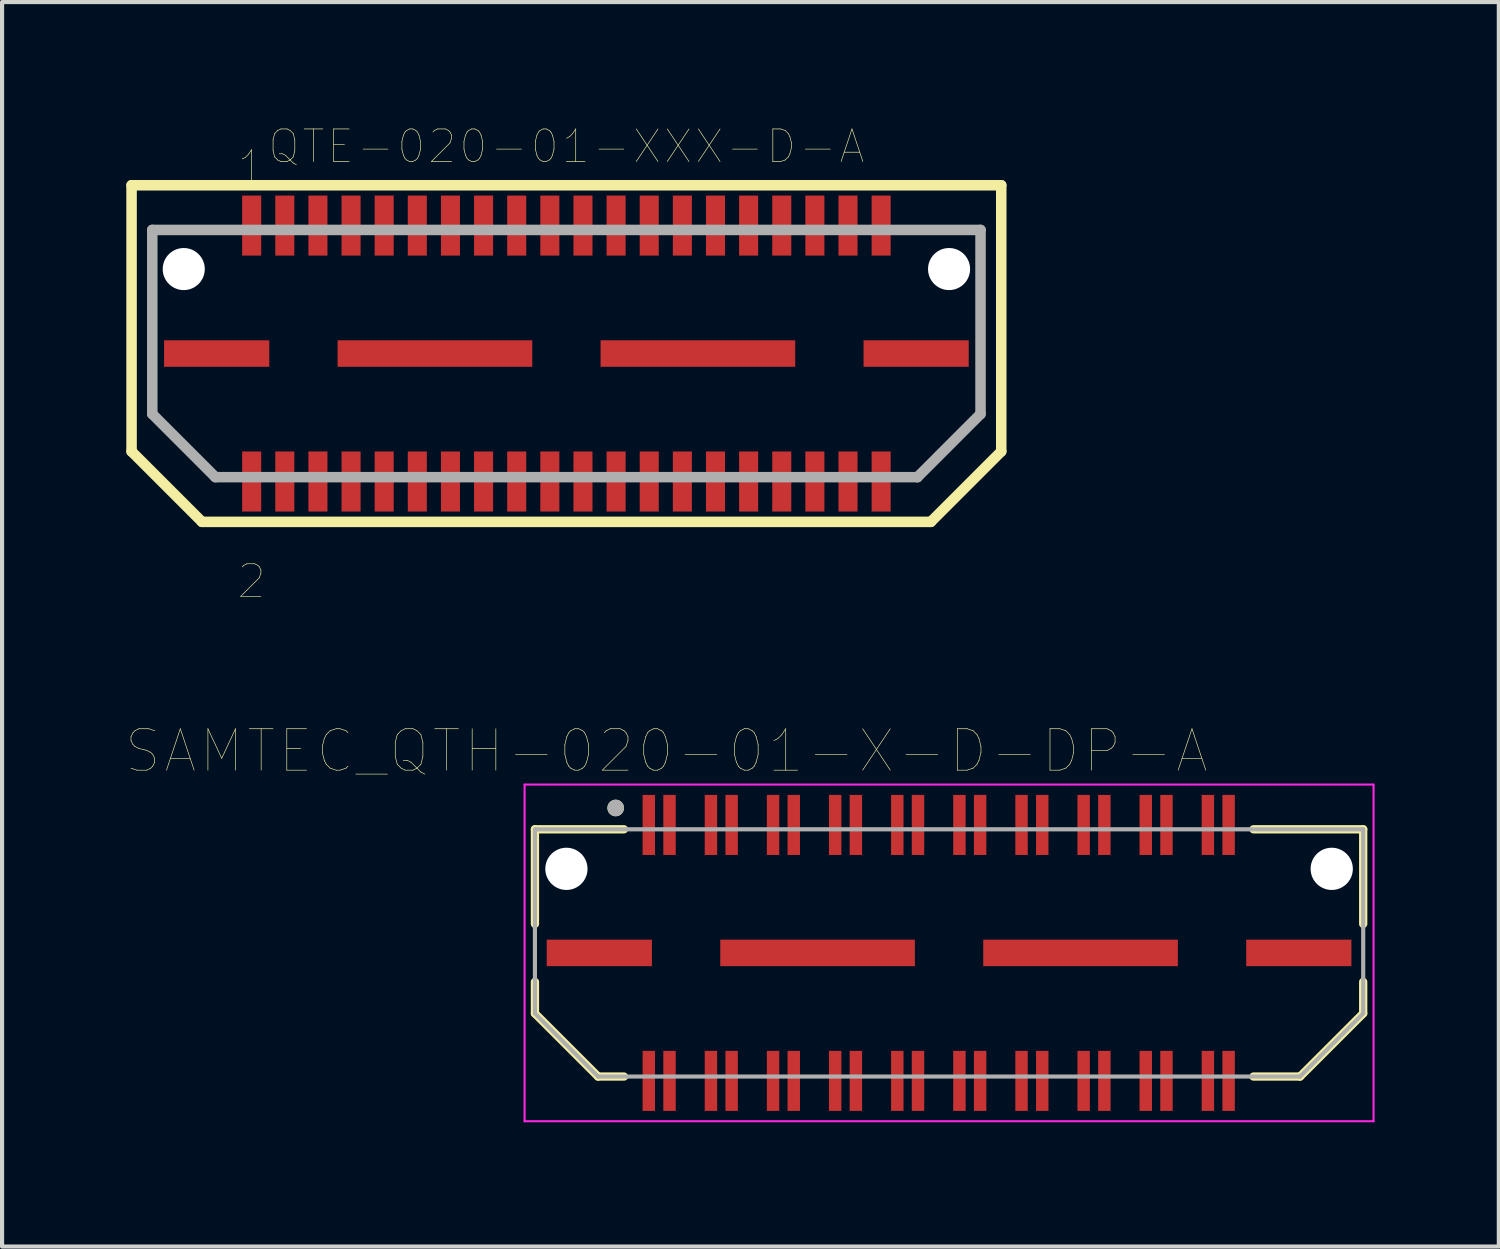
<source format=kicad_pcb>
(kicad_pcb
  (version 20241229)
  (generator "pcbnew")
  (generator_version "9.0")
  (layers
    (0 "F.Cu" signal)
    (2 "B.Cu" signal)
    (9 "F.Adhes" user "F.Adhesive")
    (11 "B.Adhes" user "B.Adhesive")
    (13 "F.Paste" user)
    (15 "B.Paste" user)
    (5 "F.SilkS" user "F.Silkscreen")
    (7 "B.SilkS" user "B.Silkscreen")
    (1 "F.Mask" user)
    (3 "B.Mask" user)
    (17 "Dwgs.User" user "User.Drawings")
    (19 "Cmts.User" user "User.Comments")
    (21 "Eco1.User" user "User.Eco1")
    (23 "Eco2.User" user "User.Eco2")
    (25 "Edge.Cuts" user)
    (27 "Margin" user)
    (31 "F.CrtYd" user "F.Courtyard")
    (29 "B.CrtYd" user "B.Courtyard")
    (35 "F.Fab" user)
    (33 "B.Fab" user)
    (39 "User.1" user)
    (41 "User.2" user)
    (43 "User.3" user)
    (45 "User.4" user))
  (footprint "SAMTEC_QTH-020-01-X-D-DP-A"
    (layer "F.Cu")
    (at 19.867 19.96)
    (property "Reference" "SAMTEC_QTH-020-01-X-D-DP-A" (at -6.825 -4.875 0) (layer "F.SilkS") (effects (font (size 1 1) (thickness 0.015))))
    (attr through_hole)
    (fp_line (start -10 -2.985) (end -7.85 -2.985) (stroke (width 0.2) (type solid)) (layer "F.SilkS"))
    (fp_line (start -10 -0.7) (end -10 -2.985) (stroke (width 0.2) (type solid)) (layer "F.SilkS"))
    (fp_line (start -10 1.461) (end -10 0.7) (stroke (width 0.2) (type solid)) (layer "F.SilkS"))
    (fp_line (start -8.476 2.985) (end -10 1.461) (stroke (width 0.2) (type solid)) (layer "F.SilkS"))
    (fp_line (start -8.476 2.985) (end -7.85 2.985) (stroke (width 0.2) (type solid)) (layer "F.SilkS"))
    (fp_line (start 8.476 2.985) (end 7.35 2.985) (stroke (width 0.2) (type solid)) (layer "F.SilkS"))
    (fp_line (start 10 -2.985) (end 7.35 -2.985) (stroke (width 0.2) (type solid)) (layer "F.SilkS"))
    (fp_line (start 10 -0.7) (end 10 -2.985) (stroke (width 0.2) (type solid)) (layer "F.SilkS"))
    (fp_line (start 10 1.461) (end 8.476 2.985) (stroke (width 0.2) (type solid)) (layer "F.SilkS"))
    (fp_line (start 10 1.461) (end 10 0.7) (stroke (width 0.2) (type solid)) (layer "F.SilkS"))
    (fp_circle (center -8.05 -3.5) (end -7.95 -3.5) (stroke (width 0.2) (type solid)) (fill no) (layer "F.SilkS"))
    (fp_line (start -10.25 -4.065) (end 10.25 -4.065) (stroke (width 0.05) (type solid)) (layer "F.CrtYd"))
    (fp_line (start -10.25 4.065) (end -10.25 -4.065) (stroke (width 0.05) (type solid)) (layer "F.CrtYd"))
    (fp_line (start 10.25 -4.065) (end 10.25 4.065) (stroke (width 0.05) (type solid)) (layer "F.CrtYd"))
    (fp_line (start 10.25 4.065) (end -10.25 4.065) (stroke (width 0.05) (type solid)) (layer "F.CrtYd"))
    (fp_line (start -10 -2.985) (end 10 -2.985) (stroke (width 0.1) (type solid)) (layer "F.Fab"))
    (fp_line (start -10 1.461) (end -10 -2.985) (stroke (width 0.1) (type solid)) (layer "F.Fab"))
    (fp_line (start -8.476 2.985) (end -10 1.461) (stroke (width 0.1) (type solid)) (layer "F.Fab"))
    (fp_line (start 8.476 2.985) (end -8.476 2.985) (stroke (width 0.1) (type solid)) (layer "F.Fab"))
    (fp_line (start 10 -2.985) (end 10 1.461) (stroke (width 0.1) (type solid)) (layer "F.Fab"))
    (fp_line (start 10 1.461) (end 8.476 2.985) (stroke (width 0.1) (type solid)) (layer "F.Fab"))
    (fp_circle (center -8.05 -3.5) (end -7.95 -3.5) (stroke (width 0.2) (type solid)) (fill no) (layer "F.Fab"))
    (pad "" np_thru_hole circle (at -9.24 -2.03) (size 1.02 1.02) (drill 1.02) (layers "*.Cu" "*.Mask"))
    (pad "" np_thru_hole circle (at 9.24 -2.03) (size 1.02 1.02) (drill 1.02) (layers "*.Cu" "*.Mask"))
    (pad "01" smd rect (at -7.25 -3.09) (size 0.3 1.45) (layers "F.Cu" "F.Mask" "F.Paste"))
    (pad "02" smd rect (at -7.25 3.09) (size 0.3 1.45) (layers "F.Cu" "F.Mask" "F.Paste"))
    (pad "03" smd rect (at -6.75 -3.09) (size 0.3 1.45) (layers "F.Cu" "F.Mask" "F.Paste"))
    (pad "04" smd rect (at -6.75 3.09) (size 0.3 1.45) (layers "F.Cu" "F.Mask" "F.Paste"))
    (pad "05" smd rect (at -5.75 -3.09) (size 0.3 1.45) (layers "F.Cu" "F.Mask" "F.Paste"))
    (pad "06" smd rect (at -5.75 3.09) (size 0.3 1.45) (layers "F.Cu" "F.Mask" "F.Paste"))
    (pad "07" smd rect (at -5.25 -3.09) (size 0.3 1.45) (layers "F.Cu" "F.Mask" "F.Paste"))
    (pad "08" smd rect (at -5.25 3.09) (size 0.3 1.45) (layers "F.Cu" "F.Mask" "F.Paste"))
    (pad "09" smd rect (at -4.25 -3.09) (size 0.3 1.45) (layers "F.Cu" "F.Mask" "F.Paste"))
    (pad "10" smd rect (at -4.25 3.09) (size 0.3 1.45) (layers "F.Cu" "F.Mask" "F.Paste"))
    (pad "11" smd rect (at -3.75 -3.09) (size 0.3 1.45) (layers "F.Cu" "F.Mask" "F.Paste"))
    (pad "12" smd rect (at -3.75 3.09) (size 0.3 1.45) (layers "F.Cu" "F.Mask" "F.Paste"))
    (pad "13" smd rect (at -2.75 -3.09) (size 0.3 1.45) (layers "F.Cu" "F.Mask" "F.Paste"))
    (pad "14" smd rect (at -2.75 3.09) (size 0.3 1.45) (layers "F.Cu" "F.Mask" "F.Paste"))
    (pad "15" smd rect (at -2.25 -3.09) (size 0.3 1.45) (layers "F.Cu" "F.Mask" "F.Paste"))
    (pad "16" smd rect (at -2.25 3.09) (size 0.3 1.45) (layers "F.Cu" "F.Mask" "F.Paste"))
    (pad "17" smd rect (at -1.25 -3.09) (size 0.3 1.45) (layers "F.Cu" "F.Mask" "F.Paste"))
    (pad "18" smd rect (at -1.25 3.09) (size 0.3 1.45) (layers "F.Cu" "F.Mask" "F.Paste"))
    (pad "19" smd rect (at -0.75 -3.09) (size 0.3 1.45) (layers "F.Cu" "F.Mask" "F.Paste"))
    (pad "20" smd rect (at -0.75 3.09) (size 0.3 1.45) (layers "F.Cu" "F.Mask" "F.Paste"))
    (pad "21" smd rect (at 0.25 -3.09) (size 0.3 1.45) (layers "F.Cu" "F.Mask" "F.Paste"))
    (pad "22" smd rect (at 0.25 3.09) (size 0.3 1.45) (layers "F.Cu" "F.Mask" "F.Paste"))
    (pad "23" smd rect (at 0.75 -3.09) (size 0.3 1.45) (layers "F.Cu" "F.Mask" "F.Paste"))
    (pad "24" smd rect (at 0.75 3.09) (size 0.3 1.45) (layers "F.Cu" "F.Mask" "F.Paste"))
    (pad "25" smd rect (at 1.75 -3.09) (size 0.3 1.45) (layers "F.Cu" "F.Mask" "F.Paste"))
    (pad "26" smd rect (at 1.75 3.09) (size 0.3 1.45) (layers "F.Cu" "F.Mask" "F.Paste"))
    (pad "27" smd rect (at 2.25 -3.09) (size 0.3 1.45) (layers "F.Cu" "F.Mask" "F.Paste"))
    (pad "28" smd rect (at 2.25 3.09) (size 0.3 1.45) (layers "F.Cu" "F.Mask" "F.Paste"))
    (pad "29" smd rect (at 3.25 -3.09) (size 0.3 1.45) (layers "F.Cu" "F.Mask" "F.Paste"))
    (pad "30" smd rect (at 3.25 3.09) (size 0.3 1.45) (layers "F.Cu" "F.Mask" "F.Paste"))
    (pad "31" smd rect (at 3.75 -3.09) (size 0.3 1.45) (layers "F.Cu" "F.Mask" "F.Paste"))
    (pad "32" smd rect (at 3.75 3.09) (size 0.3 1.45) (layers "F.Cu" "F.Mask" "F.Paste"))
    (pad "33" smd rect (at 4.75 -3.09) (size 0.3 1.45) (layers "F.Cu" "F.Mask" "F.Paste"))
    (pad "34" smd rect (at 4.75 3.09) (size 0.3 1.45) (layers "F.Cu" "F.Mask" "F.Paste"))
    (pad "35" smd rect (at 5.25 -3.09) (size 0.3 1.45) (layers "F.Cu" "F.Mask" "F.Paste"))
    (pad "36" smd rect (at 5.25 3.09) (size 0.3 1.45) (layers "F.Cu" "F.Mask" "F.Paste"))
    (pad "37" smd rect (at 6.25 -3.09) (size 0.3 1.45) (layers "F.Cu" "F.Mask" "F.Paste"))
    (pad "38" smd rect (at 6.25 3.09) (size 0.3 1.45) (layers "F.Cu" "F.Mask" "F.Paste"))
    (pad "39" smd rect (at 6.75 -3.09) (size 0.3 1.45) (layers "F.Cu" "F.Mask" "F.Paste"))
    (pad "40" smd rect (at 6.75 3.09) (size 0.3 1.45) (layers "F.Cu" "F.Mask" "F.Paste"))
    (pad "G1" smd rect (at -8.445 0) (size 2.54 0.64) (layers "F.Cu" "F.Mask" "F.Paste"))
    (pad "G2" smd rect (at -3.175 0) (size 4.7 0.64) (layers "F.Cu" "F.Mask" "F.Paste"))
    (pad "G3" smd rect (at 3.175 0) (size 4.7 0.64) (layers "F.Cu" "F.Mask" "F.Paste"))
    (pad "G4" smd rect (at 8.445 0) (size 2.54 0.64) (layers "F.Cu" "F.Mask" "F.Paste")))
  (footprint "QTE-020-01-XXX-D-A"
    (layer "F.Cu")
    (at 10.627 5.487)
    (property "Reference" "QTE-020-01-XXX-D-A" (at 0 -5 0) (layer "F.SilkS") (effects (font (size 0.787 0.787) (thickness 0.015))))
    (attr through_hole)
    (fp_line (start -10.5 -4.064) (end 10.5 -4.064) (stroke (width 0.254) (type solid)) (layer "F.SilkS"))
    (fp_line (start -10.5 2.364) (end -10.5 -4.064) (stroke (width 0.254) (type solid)) (layer "F.SilkS"))
    (fp_line (start -8.8 4.064) (end -10.5 2.364) (stroke (width 0.254) (type solid)) (layer "F.SilkS"))
    (fp_line (start 8.8 4.064) (end -8.8 4.064) (stroke (width 0.254) (type solid)) (layer "F.SilkS"))
    (fp_line (start 10.5 -4.064) (end 10.5 2.364) (stroke (width 0.254) (type solid)) (layer "F.SilkS"))
    (fp_line (start 10.5 2.364) (end 8.8 4.064) (stroke (width 0.254) (type solid)) (layer "F.SilkS"))
    (fp_line (start -10 -2.985) (end 10 -2.985) (stroke (width 0.254) (type solid)) (layer "F.Fab"))
    (fp_line (start -10 1.46) (end -10 -2.985) (stroke (width 0.254) (type solid)) (layer "F.Fab"))
    (fp_line (start -8.476 2.985) (end -10 1.46) (stroke (width 0.254) (type solid)) (layer "F.Fab"))
    (fp_line (start 8.476 2.985) (end -8.476 2.985) (stroke (width 0.254) (type solid)) (layer "F.Fab"))
    (fp_line (start 10 -2.985) (end 10 1.46) (stroke (width 0.254) (type solid)) (layer "F.Fab"))
    (fp_line (start 10 1.46) (end 8.476 2.985) (stroke (width 0.254) (type solid)) (layer "F.Fab"))
    (fp_text user "1" (at -7.602 -4.5 0) (layer "F.SilkS") (effects (font (size 0.787 0.787) (thickness 0.015))))
    (fp_text user "2" (at -7.602 5.5 0) (layer "F.SilkS") (effects (font (size 0.787 0.787) (thickness 0.015))))
    (pad "" np_thru_hole circle (at -9.24 -2.04) (size 1.016 1.016) (drill 1.016) (layers "*.Cu" "*.Mask"))
    (pad "" np_thru_hole circle (at 9.24 -2.04) (size 1.016 1.016) (drill 1.016) (layers "*.Cu" "*.Mask"))
    (pad "1" smd rect (at -7.6 -3.09) (size 0.46 1.45) (layers "F.Cu" "F.Mask" "F.Paste"))
    (pad "2" smd rect (at -7.6 3.09) (size 0.46 1.45) (layers "F.Cu" "F.Mask" "F.Paste"))
    (pad "3" smd rect (at -6.8 -3.09) (size 0.46 1.45) (layers "F.Cu" "F.Mask" "F.Paste"))
    (pad "4" smd rect (at -6.8 3.09) (size 0.46 1.45) (layers "F.Cu" "F.Mask" "F.Paste"))
    (pad "5" smd rect (at -6 -3.09) (size 0.46 1.45) (layers "F.Cu" "F.Mask" "F.Paste"))
    (pad "6" smd rect (at -6 3.09) (size 0.46 1.45) (layers "F.Cu" "F.Mask" "F.Paste"))
    (pad "7" smd rect (at -5.2 -3.09) (size 0.46 1.45) (layers "F.Cu" "F.Mask" "F.Paste"))
    (pad "8" smd rect (at -5.2 3.09) (size 0.46 1.45) (layers "F.Cu" "F.Mask" "F.Paste"))
    (pad "9" smd rect (at -4.4 -3.09) (size 0.46 1.45) (layers "F.Cu" "F.Mask" "F.Paste"))
    (pad "10" smd rect (at -4.4 3.09) (size 0.46 1.45) (layers "F.Cu" "F.Mask" "F.Paste"))
    (pad "11" smd rect (at -3.6 -3.09) (size 0.46 1.45) (layers "F.Cu" "F.Mask" "F.Paste"))
    (pad "12" smd rect (at -3.6 3.09) (size 0.46 1.45) (layers "F.Cu" "F.Mask" "F.Paste"))
    (pad "13" smd rect (at -2.8 -3.09) (size 0.46 1.45) (layers "F.Cu" "F.Mask" "F.Paste"))
    (pad "14" smd rect (at -2.8 3.09) (size 0.46 1.45) (layers "F.Cu" "F.Mask" "F.Paste"))
    (pad "15" smd rect (at -2 -3.09) (size 0.46 1.45) (layers "F.Cu" "F.Mask" "F.Paste"))
    (pad "16" smd rect (at -2 3.09) (size 0.46 1.45) (layers "F.Cu" "F.Mask" "F.Paste"))
    (pad "17" smd rect (at -1.2 -3.09) (size 0.46 1.45) (layers "F.Cu" "F.Mask" "F.Paste"))
    (pad "18" smd rect (at -1.2 3.09) (size 0.46 1.45) (layers "F.Cu" "F.Mask" "F.Paste"))
    (pad "19" smd rect (at -0.4 -3.09) (size 0.46 1.45) (layers "F.Cu" "F.Mask" "F.Paste"))
    (pad "20" smd rect (at -0.4 3.09) (size 0.46 1.45) (layers "F.Cu" "F.Mask" "F.Paste"))
    (pad "21" smd rect (at 0.4 -3.09) (size 0.46 1.45) (layers "F.Cu" "F.Mask" "F.Paste"))
    (pad "22" smd rect (at 0.4 3.09) (size 0.46 1.45) (layers "F.Cu" "F.Mask" "F.Paste"))
    (pad "23" smd rect (at 1.2 -3.09) (size 0.46 1.45) (layers "F.Cu" "F.Mask" "F.Paste"))
    (pad "24" smd rect (at 1.2 3.09) (size 0.46 1.45) (layers "F.Cu" "F.Mask" "F.Paste"))
    (pad "25" smd rect (at 2 -3.09) (size 0.46 1.45) (layers "F.Cu" "F.Mask" "F.Paste"))
    (pad "26" smd rect (at 2 3.09) (size 0.46 1.45) (layers "F.Cu" "F.Mask" "F.Paste"))
    (pad "27" smd rect (at 2.8 -3.09) (size 0.46 1.45) (layers "F.Cu" "F.Mask" "F.Paste"))
    (pad "28" smd rect (at 2.8 3.09) (size 0.46 1.45) (layers "F.Cu" "F.Mask" "F.Paste"))
    (pad "29" smd rect (at 3.6 -3.09) (size 0.46 1.45) (layers "F.Cu" "F.Mask" "F.Paste"))
    (pad "30" smd rect (at 3.6 3.09) (size 0.46 1.45) (layers "F.Cu" "F.Mask" "F.Paste"))
    (pad "31" smd rect (at 4.4 -3.09) (size 0.46 1.45) (layers "F.Cu" "F.Mask" "F.Paste"))
    (pad "32" smd rect (at 4.4 3.09) (size 0.46 1.45) (layers "F.Cu" "F.Mask" "F.Paste"))
    (pad "33" smd rect (at 5.2 -3.09) (size 0.46 1.45) (layers "F.Cu" "F.Mask" "F.Paste"))
    (pad "34" smd rect (at 5.2 3.09) (size 0.46 1.45) (layers "F.Cu" "F.Mask" "F.Paste"))
    (pad "35" smd rect (at 6 -3.09) (size 0.46 1.45) (layers "F.Cu" "F.Mask" "F.Paste"))
    (pad "36" smd rect (at 6 3.09) (size 0.46 1.45) (layers "F.Cu" "F.Mask" "F.Paste"))
    (pad "37" smd rect (at 6.8 -3.09) (size 0.46 1.45) (layers "F.Cu" "F.Mask" "F.Paste"))
    (pad "38" smd rect (at 6.8 3.09) (size 0.46 1.45) (layers "F.Cu" "F.Mask" "F.Paste"))
    (pad "39" smd rect (at 7.6 -3.09) (size 0.46 1.45) (layers "F.Cu" "F.Mask" "F.Paste"))
    (pad "40" smd rect (at 7.6 3.09) (size 0.46 1.45) (layers "F.Cu" "F.Mask" "F.Paste"))
    (pad "G1" smd rect (at -8.445 0) (size 2.54 0.64) (layers "F.Cu" "F.Mask" "F.Paste"))
    (pad "G2" smd rect (at -3.175 0) (size 4.7 0.64) (layers "F.Cu" "F.Mask" "F.Paste"))
    (pad "G3" smd rect (at 3.175 0) (size 4.7 0.64) (layers "F.Cu" "F.Mask" "F.Paste"))
    (pad "G4" smd rect (at 8.445 0) (size 2.54 0.64) (layers "F.Cu" "F.Mask" "F.Paste")))
  (gr_rect
    (start -3 -3)
    (end 33.142 27.05)
    (stroke (width 0.1) (type default))
    (fill no)
    (layer "Edge.Cuts")))
</source>
